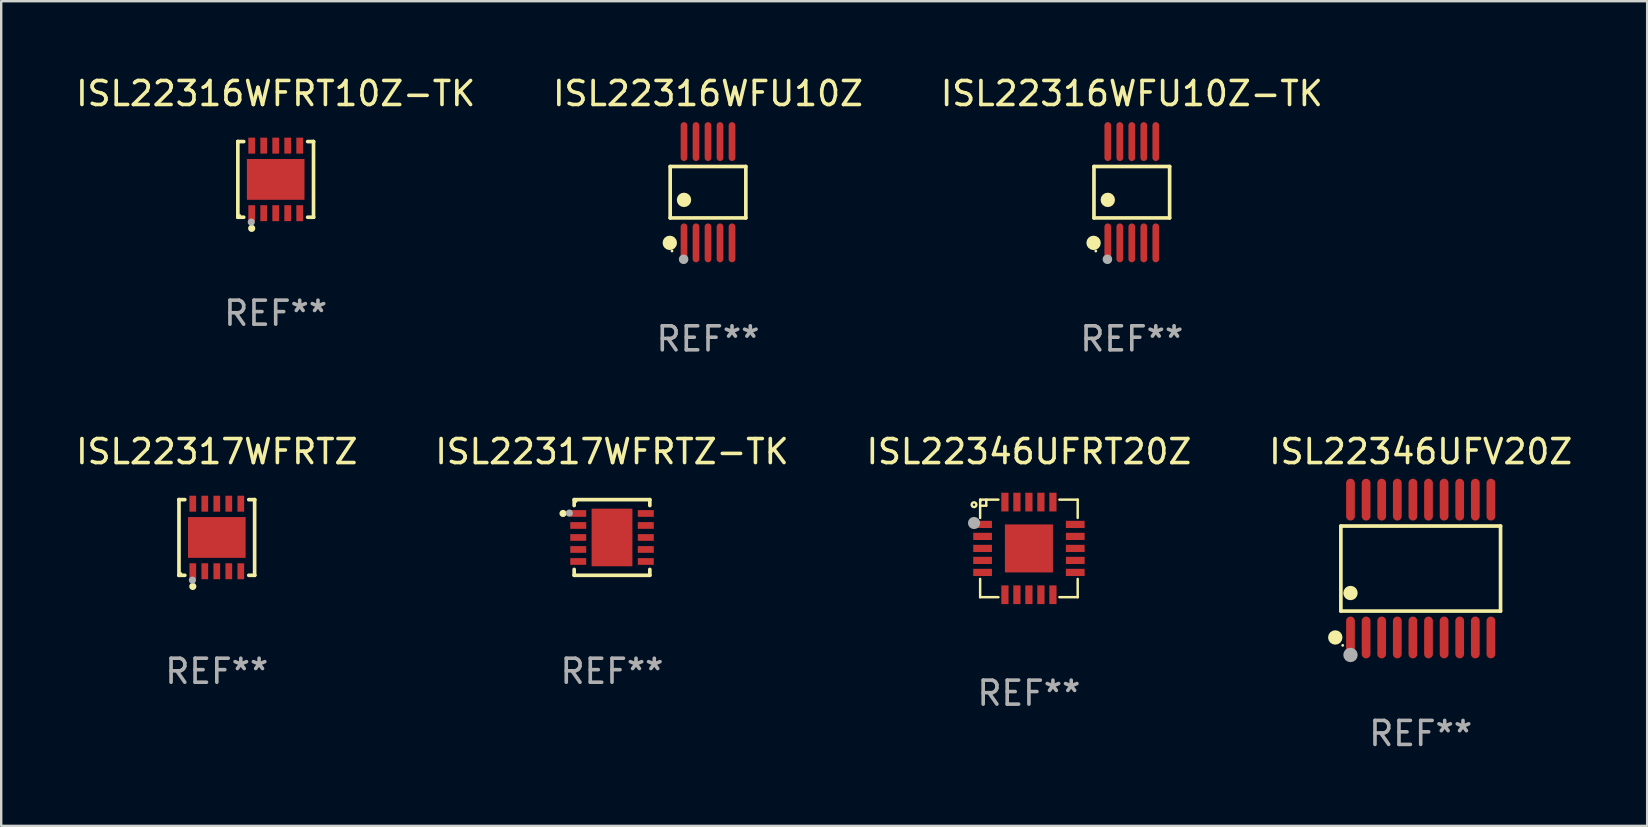
<source format=kicad_pcb>
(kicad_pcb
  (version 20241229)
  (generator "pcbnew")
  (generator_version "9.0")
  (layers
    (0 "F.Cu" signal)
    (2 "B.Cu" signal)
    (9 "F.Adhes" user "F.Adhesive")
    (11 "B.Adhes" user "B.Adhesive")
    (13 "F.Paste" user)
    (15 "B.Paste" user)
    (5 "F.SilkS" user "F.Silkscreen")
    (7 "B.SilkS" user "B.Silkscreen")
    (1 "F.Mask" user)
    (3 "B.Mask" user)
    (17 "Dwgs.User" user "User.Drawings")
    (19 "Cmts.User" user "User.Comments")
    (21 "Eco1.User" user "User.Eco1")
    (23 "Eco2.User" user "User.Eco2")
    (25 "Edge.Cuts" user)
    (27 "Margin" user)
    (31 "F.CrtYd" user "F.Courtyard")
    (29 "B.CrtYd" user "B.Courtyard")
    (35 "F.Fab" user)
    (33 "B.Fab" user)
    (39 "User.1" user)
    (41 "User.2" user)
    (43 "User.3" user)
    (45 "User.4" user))
  (footprint "ISL22346UFV20Z"
    (layer "F.Cu")
    (at 56.137 20.636)
    (property "Reference" "ISL22346UFV20Z" (at 0 -4.871 0) (layer "F.SilkS") (effects (font (size 1 1) (thickness 0.15))))
    (attr through_hole)
    (fp_line (start -3.326 -1.771) (end 3.326 -1.771) (stroke (width 0.152) (type solid)) (layer "F.SilkS"))
    (fp_line (start -3.326 1.771) (end -3.326 -1.771) (stroke (width 0.152) (type solid)) (layer "F.SilkS"))
    (fp_line (start 3.326 -1.771) (end 3.326 1.771) (stroke (width 0.152) (type solid)) (layer "F.SilkS"))
    (fp_line (start 3.326 1.771) (end -3.326 1.771) (stroke (width 0.152) (type solid)) (layer "F.SilkS"))
    (fp_circle (center -3.559 2.871) (end -3.409 2.871) (stroke (width 0.3) (type solid)) (fill no) (layer "F.SilkS"))
    (fp_circle (center -3.25 3.2) (end -3.22 3.2) (stroke (width 0.06) (type solid)) (fill no) (layer "F.SilkS"))
    (fp_circle (center -2.925 1.019) (end -2.775 1.019) (stroke (width 0.3) (type solid)) (fill no) (layer "F.SilkS"))
    (fp_circle (center -2.925 3.6) (end -2.775 3.6) (stroke (width 0.3) (type solid)) (fill no) (layer "F.Fab"))
    (fp_text user "REF**" (at 0 6.871 0) (layer "F.Fab") (effects (font (size 1 1) (thickness 0.15))))
    (pad "1" smd oval (at -2.925 2.871) (size 0.364 1.742) (layers "F.Cu" "F.Mask" "F.Paste"))
    (pad "2" smd oval (at -2.275 2.871) (size 0.364 1.742) (layers "F.Cu" "F.Mask" "F.Paste"))
    (pad "3" smd oval (at -1.625 2.871) (size 0.364 1.742) (layers "F.Cu" "F.Mask" "F.Paste"))
    (pad "4" smd oval (at -0.975 2.871) (size 0.364 1.742) (layers "F.Cu" "F.Mask" "F.Paste"))
    (pad "5" smd oval (at -0.325 2.871) (size 0.364 1.742) (layers "F.Cu" "F.Mask" "F.Paste"))
    (pad "6" smd oval (at 0.325 2.871) (size 0.364 1.742) (layers "F.Cu" "F.Mask" "F.Paste"))
    (pad "7" smd oval (at 0.975 2.871) (size 0.364 1.742) (layers "F.Cu" "F.Mask" "F.Paste"))
    (pad "8" smd oval (at 1.625 2.871) (size 0.364 1.742) (layers "F.Cu" "F.Mask" "F.Paste"))
    (pad "9" smd oval (at 2.275 2.871) (size 0.364 1.742) (layers "F.Cu" "F.Mask" "F.Paste"))
    (pad "10" smd oval (at 2.925 2.871) (size 0.364 1.742) (layers "F.Cu" "F.Mask" "F.Paste"))
    (pad "11" smd oval (at 2.925 -2.871) (size 0.364 1.742) (layers "F.Cu" "F.Mask" "F.Paste"))
    (pad "12" smd oval (at 2.275 -2.871) (size 0.364 1.742) (layers "F.Cu" "F.Mask" "F.Paste"))
    (pad "13" smd oval (at 1.625 -2.871) (size 0.364 1.742) (layers "F.Cu" "F.Mask" "F.Paste"))
    (pad "14" smd oval (at 0.975 -2.871) (size 0.364 1.742) (layers "F.Cu" "F.Mask" "F.Paste"))
    (pad "15" smd oval (at 0.325 -2.871) (size 0.364 1.742) (layers "F.Cu" "F.Mask" "F.Paste"))
    (pad "16" smd oval (at -0.325 -2.871) (size 0.364 1.742) (layers "F.Cu" "F.Mask" "F.Paste"))
    (pad "17" smd oval (at -0.975 -2.871) (size 0.364 1.742) (layers "F.Cu" "F.Mask" "F.Paste"))
    (pad "18" smd oval (at -1.625 -2.871) (size 0.364 1.742) (layers "F.Cu" "F.Mask" "F.Paste"))
    (pad "19" smd oval (at -2.275 -2.871) (size 0.364 1.742) (layers "F.Cu" "F.Mask" "F.Paste"))
    (pad "20" smd oval (at -2.925 -2.871) (size 0.364 1.742) (layers "F.Cu" "F.Mask" "F.Paste")))
  (footprint "ISL22317WFRTZ-TK"
    (layer "F.Cu")
    (at 22.446 19.341)
    (property "Reference" "ISL22317WFRTZ-TK" (at 0 -3.576 0) (layer "F.SilkS") (effects (font (size 1 1) (thickness 0.15))))
    (attr through_hole)
    (fp_line (start -1.576 -1.576) (end 1.576 -1.576) (stroke (width 0.152) (type solid)) (layer "F.SilkS"))
    (fp_line (start -1.576 -1.331) (end -1.576 -1.576) (stroke (width 0.152) (type solid)) (layer "F.SilkS"))
    (fp_line (start -1.576 1.331) (end -1.576 1.576) (stroke (width 0.152) (type solid)) (layer "F.SilkS"))
    (fp_line (start -1.576 1.576) (end 1.576 1.576) (stroke (width 0.152) (type solid)) (layer "F.SilkS"))
    (fp_line (start 1.576 -1.576) (end 1.576 -1.331) (stroke (width 0.152) (type solid)) (layer "F.SilkS"))
    (fp_line (start 1.576 1.576) (end 1.576 1.331) (stroke (width 0.152) (type solid)) (layer "F.SilkS"))
    (fp_circle (center -2.04 -1) (end -1.965 -1) (stroke (width 0.15) (type solid)) (fill no) (layer "F.SilkS"))
    (fp_circle (center -1.5 -1.5) (end -1.47 -1.5) (stroke (width 0.06) (type solid)) (fill no) (layer "F.SilkS"))
    (fp_circle (center -1.778 -1.016) (end -1.703 -1.016) (stroke (width 0.15) (type solid)) (fill no) (layer "F.Fab"))
    (fp_text user "REF**" (at 0 5.576 0) (layer "F.Fab") (effects (font (size 1 1) (thickness 0.15))))
    (pad "1" smd rect (at -1.407 -1 270) (size 0.28 0.665) (layers "F.Cu" "F.Mask" "F.Paste"))
    (pad "2" smd rect (at -1.407 -0.5 270) (size 0.28 0.665) (layers "F.Cu" "F.Mask" "F.Paste"))
    (pad "3" smd rect (at -1.407 0.000102 270) (size 0.28 0.665) (layers "F.Cu" "F.Mask" "F.Paste"))
    (pad "4" smd rect (at -1.407 0.5 270) (size 0.28 0.665) (layers "F.Cu" "F.Mask" "F.Paste"))
    (pad "5" smd rect (at -1.407 1 270) (size 0.28 0.665) (layers "F.Cu" "F.Mask" "F.Paste"))
    (pad "6" smd rect (at 1.408 1 270) (size 0.28 0.665) (layers "F.Cu" "F.Mask" "F.Paste"))
    (pad "7" smd rect (at 1.408 0.5 270) (size 0.28 0.665) (layers "F.Cu" "F.Mask" "F.Paste"))
    (pad "8" smd rect (at 1.408 0.000102 270) (size 0.28 0.665) (layers "F.Cu" "F.Mask" "F.Paste"))
    (pad "9" smd rect (at 1.408 -0.5 270) (size 0.28 0.665) (layers "F.Cu" "F.Mask" "F.Paste"))
    (pad "10" smd rect (at 1.408 -1 270) (size 0.28 0.665) (layers "F.Cu" "F.Mask" "F.Paste"))
    (pad "11" smd rect (at -0.000051 0.000102 270) (size 2.4 1.7) (layers "F.Cu" "F.Mask" "F.Paste")))
  (footprint "ISL22316WFU10Z-TK"
    (layer "F.Cu")
    (at 44.101 4.958)
    (property "Reference" "ISL22316WFU10Z-TK" (at 0 -4.11 0) (layer "F.SilkS") (effects (font (size 1 1) (thickness 0.15))))
    (attr through_hole)
    (fp_line (start -1.576 -1.071) (end 1.576 -1.071) (stroke (width 0.152) (type solid)) (layer "F.SilkS"))
    (fp_line (start -1.576 1.071) (end -1.576 -1.071) (stroke (width 0.152) (type solid)) (layer "F.SilkS"))
    (fp_line (start 1.576 -1.071) (end 1.576 1.071) (stroke (width 0.152) (type solid)) (layer "F.SilkS"))
    (fp_line (start 1.576 1.071) (end -1.576 1.071) (stroke (width 0.152) (type solid)) (layer "F.SilkS"))
    (fp_circle (center -1.592 2.11) (end -1.442 2.11) (stroke (width 0.3) (type solid)) (fill no) (layer "F.SilkS"))
    (fp_circle (center -1.5 2.45) (end -1.47 2.45) (stroke (width 0.06) (type solid)) (fill no) (layer "F.SilkS"))
    (fp_circle (center -1 0.319) (end -0.85 0.319) (stroke (width 0.3) (type solid)) (fill no) (layer "F.SilkS"))
    (fp_circle (center -1.016 2.794) (end -0.916 2.794) (stroke (width 0.2) (type solid)) (fill no) (layer "F.Fab"))
    (fp_text user "REF**" (at 0 6.11 0) (layer "F.Fab") (effects (font (size 1 1) (thickness 0.15))))
    (pad "1" smd oval (at -1 2.11) (size 0.28 1.62) (layers "F.Cu" "F.Mask" "F.Paste"))
    (pad "2" smd oval (at -0.5 2.11) (size 0.28 1.62) (layers "F.Cu" "F.Mask" "F.Paste"))
    (pad "3" smd oval (at 0 2.11) (size 0.28 1.62) (layers "F.Cu" "F.Mask" "F.Paste"))
    (pad "4" smd oval (at 0.5 2.11) (size 0.28 1.62) (layers "F.Cu" "F.Mask" "F.Paste"))
    (pad "5" smd oval (at 1 2.11) (size 0.28 1.62) (layers "F.Cu" "F.Mask" "F.Paste"))
    (pad "6" smd oval (at 1 -2.11) (size 0.28 1.62) (layers "F.Cu" "F.Mask" "F.Paste"))
    (pad "7" smd oval (at 0.5 -2.11) (size 0.28 1.62) (layers "F.Cu" "F.Mask" "F.Paste"))
    (pad "8" smd oval (at 0 -2.11) (size 0.28 1.62) (layers "F.Cu" "F.Mask" "F.Paste"))
    (pad "9" smd oval (at -0.5 -2.11) (size 0.28 1.62) (layers "F.Cu" "F.Mask" "F.Paste"))
    (pad "10" smd oval (at -1 -2.11) (size 0.28 1.62) (layers "F.Cu" "F.Mask" "F.Paste")))
  (footprint "ISL22346UFRT20Z"
    (layer "F.Cu")
    (at 39.815 19.797)
    (property "Reference" "ISL22346UFRT20Z" (at 0 -4.032 0) (layer "F.SilkS") (effects (font (size 1 1) (thickness 0.15))))
    (attr through_hole)
    (fp_line (start -2.032 -2.032) (end -1.27 -2.032) (stroke (width 0.102) (type solid)) (layer "F.SilkS"))
    (fp_line (start -2.032 -1.27) (end -2.032 -2.032) (stroke (width 0.102) (type solid)) (layer "F.SilkS"))
    (fp_line (start -2.032 1.27) (end -2.032 2.032) (stroke (width 0.102) (type solid)) (layer "F.SilkS"))
    (fp_line (start -2.032 2.032) (end -1.27 2.032) (stroke (width 0.102) (type solid)) (layer "F.SilkS"))
    (fp_line (start -1.778 -2.032) (end -1.778 -1.778) (stroke (width 0.102) (type solid)) (layer "F.SilkS"))
    (fp_line (start -1.778 -1.778) (end -2.032 -1.778) (stroke (width 0.102) (type solid)) (layer "F.SilkS"))
    (fp_line (start 1.27 -2.032) (end 2.032 -2.032) (stroke (width 0.102) (type solid)) (layer "F.SilkS"))
    (fp_line (start 2.032 -2.032) (end 2.032 -1.27) (stroke (width 0.102) (type solid)) (layer "F.SilkS"))
    (fp_line (start 2.032 1.27) (end 2.032 2.032) (stroke (width 0.102) (type solid)) (layer "F.SilkS"))
    (fp_line (start 2.032 2.032) (end 1.27 2.032) (stroke (width 0.102) (type solid)) (layer "F.SilkS"))
    (fp_circle (center -2.286 -1.821) (end -2.187 -1.821) (stroke (width 0.1) (type solid)) (fill no) (layer "F.SilkS"))
    (fp_circle (center -2 -2) (end -1.97 -2) (stroke (width 0.06) (type solid)) (fill no) (layer "F.SilkS"))
    (fp_circle (center -2.286 -1.059) (end -2.159 -1.059) (stroke (width 0.254) (type solid)) (fill no) (layer "F.Fab"))
    (fp_text user "REF**" (at 0 6.032 0) (layer "F.Fab") (effects (font (size 1 1) (thickness 0.15))))
    (pad "1" smd rect (at -1.93 -1) (size 0.78 0.3) (layers "F.Cu" "F.Mask" "F.Paste"))
    (pad "2" smd rect (at -1.93 -0.5) (size 0.78 0.3) (layers "F.Cu" "F.Mask" "F.Paste"))
    (pad "3" smd rect (at -1.93 0.000279) (size 0.78 0.3) (layers "F.Cu" "F.Mask" "F.Paste"))
    (pad "4" smd rect (at -1.93 0.5) (size 0.78 0.3) (layers "F.Cu" "F.Mask" "F.Paste"))
    (pad "5" smd rect (at -1.93 1) (size 0.78 0.3) (layers "F.Cu" "F.Mask" "F.Paste"))
    (pad "6" smd rect (at -1 1.93) (size 0.3 0.78) (layers "F.Cu" "F.Mask" "F.Paste"))
    (pad "7" smd rect (at -0.5 1.93) (size 0.3 0.78) (layers "F.Cu" "F.Mask" "F.Paste"))
    (pad "8" smd rect (at -0.000076 1.93) (size 0.3 0.78) (layers "F.Cu" "F.Mask" "F.Paste"))
    (pad "9" smd rect (at 0.5 1.93) (size 0.3 0.78) (layers "F.Cu" "F.Mask" "F.Paste"))
    (pad "10" smd rect (at 1 1.93) (size 0.3 0.78) (layers "F.Cu" "F.Mask" "F.Paste"))
    (pad "11" smd rect (at 1.93 1) (size 0.78 0.3) (layers "F.Cu" "F.Mask" "F.Paste"))
    (pad "12" smd rect (at 1.93 0.5) (size 0.78 0.3) (layers "F.Cu" "F.Mask" "F.Paste"))
    (pad "13" smd rect (at 1.93 0.000025) (size 0.78 0.3) (layers "F.Cu" "F.Mask" "F.Paste"))
    (pad "14" smd rect (at 1.93 -0.5) (size 0.78 0.3) (layers "F.Cu" "F.Mask" "F.Paste"))
    (pad "15" smd rect (at 1.93 -1) (size 0.78 0.3) (layers "F.Cu" "F.Mask" "F.Paste"))
    (pad "16" smd rect (at 1 -1.93) (size 0.3 0.78) (layers "F.Cu" "F.Mask" "F.Paste"))
    (pad "17" smd rect (at 0.5 -1.93) (size 0.3 0.78) (layers "F.Cu" "F.Mask" "F.Paste"))
    (pad "18" smd rect (at -0.000076 -1.93) (size 0.3 0.78) (layers "F.Cu" "F.Mask" "F.Paste"))
    (pad "19" smd rect (at -0.5 -1.93) (size 0.3 0.78) (layers "F.Cu" "F.Mask" "F.Paste"))
    (pad "20" smd rect (at -1 -1.93) (size 0.3 0.78) (layers "F.Cu" "F.Mask" "F.Paste"))
    (pad "21" smd rect (at -0.000076 0.000025) (size 2 2) (layers "F.Cu" "F.Mask" "F.Paste")))
  (footprint "ISL22316WFU10Z"
    (layer "F.Cu")
    (at 26.446 4.958)
    (property "Reference" "ISL22316WFU10Z" (at 0 -4.11 0) (layer "F.SilkS") (effects (font (size 1 1) (thickness 0.15))))
    (attr through_hole)
    (fp_line (start -1.576 -1.071) (end 1.576 -1.071) (stroke (width 0.152) (type solid)) (layer "F.SilkS"))
    (fp_line (start -1.576 1.071) (end -1.576 -1.071) (stroke (width 0.152) (type solid)) (layer "F.SilkS"))
    (fp_line (start 1.576 -1.071) (end 1.576 1.071) (stroke (width 0.152) (type solid)) (layer "F.SilkS"))
    (fp_line (start 1.576 1.071) (end -1.576 1.071) (stroke (width 0.152) (type solid)) (layer "F.SilkS"))
    (fp_circle (center -1.592 2.11) (end -1.442 2.11) (stroke (width 0.3) (type solid)) (fill no) (layer "F.SilkS"))
    (fp_circle (center -1.5 2.45) (end -1.47 2.45) (stroke (width 0.06) (type solid)) (fill no) (layer "F.SilkS"))
    (fp_circle (center -1 0.319) (end -0.85 0.319) (stroke (width 0.3) (type solid)) (fill no) (layer "F.SilkS"))
    (fp_circle (center -1.016 2.794) (end -0.916 2.794) (stroke (width 0.2) (type solid)) (fill no) (layer "F.Fab"))
    (fp_text user "REF**" (at 0 6.11 0) (layer "F.Fab") (effects (font (size 1 1) (thickness 0.15))))
    (pad "1" smd oval (at -1 2.11) (size 0.28 1.62) (layers "F.Cu" "F.Mask" "F.Paste"))
    (pad "2" smd oval (at -0.5 2.11) (size 0.28 1.62) (layers "F.Cu" "F.Mask" "F.Paste"))
    (pad "3" smd oval (at 0 2.11) (size 0.28 1.62) (layers "F.Cu" "F.Mask" "F.Paste"))
    (pad "4" smd oval (at 0.5 2.11) (size 0.28 1.62) (layers "F.Cu" "F.Mask" "F.Paste"))
    (pad "5" smd oval (at 1 2.11) (size 0.28 1.62) (layers "F.Cu" "F.Mask" "F.Paste"))
    (pad "6" smd oval (at 1 -2.11) (size 0.28 1.62) (layers "F.Cu" "F.Mask" "F.Paste"))
    (pad "7" smd oval (at 0.5 -2.11) (size 0.28 1.62) (layers "F.Cu" "F.Mask" "F.Paste"))
    (pad "8" smd oval (at 0 -2.11) (size 0.28 1.62) (layers "F.Cu" "F.Mask" "F.Paste"))
    (pad "9" smd oval (at -0.5 -2.11) (size 0.28 1.62) (layers "F.Cu" "F.Mask" "F.Paste"))
    (pad "10" smd oval (at -1 -2.11) (size 0.28 1.62) (layers "F.Cu" "F.Mask" "F.Paste")))
  (footprint "ISL22317WFRTZ"
    (layer "F.Cu")
    (at 5.982 19.341)
    (property "Reference" "ISL22317WFRTZ" (at 0 -3.576 0) (layer "F.SilkS") (effects (font (size 1 1) (thickness 0.15))))
    (attr through_hole)
    (fp_line (start -1.576 -1.576) (end -1.576 -1.576) (stroke (width 0.152) (type solid)) (layer "F.SilkS"))
    (fp_line (start -1.576 -1.576) (end -1.331 -1.576) (stroke (width 0.152) (type solid)) (layer "F.SilkS"))
    (fp_line (start -1.576 1.576) (end -1.576 -1.576) (stroke (width 0.152) (type solid)) (layer "F.SilkS"))
    (fp_line (start -1.576 1.576) (end -1.576 1.576) (stroke (width 0.152) (type solid)) (layer "F.SilkS"))
    (fp_line (start -1.331 1.576) (end -1.576 1.576) (stroke (width 0.152) (type solid)) (layer "F.SilkS"))
    (fp_line (start 1.331 1.576) (end 1.576 1.576) (stroke (width 0.152) (type solid)) (layer "F.SilkS"))
    (fp_line (start 1.576 -1.576) (end 1.331 -1.576) (stroke (width 0.152) (type solid)) (layer "F.SilkS"))
    (fp_line (start 1.576 -1.576) (end 1.576 -1.576) (stroke (width 0.152) (type solid)) (layer "F.SilkS"))
    (fp_line (start 1.576 1.576) (end 1.576 -1.576) (stroke (width 0.152) (type solid)) (layer "F.SilkS"))
    (fp_line (start 1.576 1.576) (end 1.576 1.576) (stroke (width 0.152) (type solid)) (layer "F.SilkS"))
    (fp_circle (center -1.5 1.5) (end -1.47 1.5) (stroke (width 0.06) (type solid)) (fill no) (layer "F.SilkS"))
    (fp_circle (center -1 2.04) (end -0.925 2.04) (stroke (width 0.15) (type solid)) (fill no) (layer "F.SilkS"))
    (fp_circle (center -1.016 1.778) (end -0.941 1.778) (stroke (width 0.15) (type solid)) (fill no) (layer "F.Fab"))
    (fp_text user "REF**" (at 0 5.576 0) (layer "F.Fab") (effects (font (size 1 1) (thickness 0.15))))
    (pad "1" smd rect (at -1 1.407) (size 0.28 0.665) (layers "F.Cu" "F.Mask" "F.Paste"))
    (pad "2" smd rect (at -0.5 1.407) (size 0.28 0.665) (layers "F.Cu" "F.Mask" "F.Paste"))
    (pad "3" smd rect (at 0 1.407) (size 0.28 0.665) (layers "F.Cu" "F.Mask" "F.Paste"))
    (pad "4" smd rect (at 0.5 1.407) (size 0.28 0.665) (layers "F.Cu" "F.Mask" "F.Paste"))
    (pad "5" smd rect (at 1 1.407) (size 0.28 0.665) (layers "F.Cu" "F.Mask" "F.Paste"))
    (pad "6" smd rect (at 1 -1.407) (size 0.28 0.665) (layers "F.Cu" "F.Mask" "F.Paste"))
    (pad "7" smd rect (at 0.5 -1.407) (size 0.28 0.665) (layers "F.Cu" "F.Mask" "F.Paste"))
    (pad "8" smd rect (at 0 -1.407) (size 0.28 0.665) (layers "F.Cu" "F.Mask" "F.Paste"))
    (pad "9" smd rect (at -0.5 -1.407) (size 0.28 0.665) (layers "F.Cu" "F.Mask" "F.Paste"))
    (pad "10" smd rect (at -1 -1.407) (size 0.28 0.665) (layers "F.Cu" "F.Mask" "F.Paste"))
    (pad "11" smd rect (at 0 0) (size 2.4 1.7) (layers "F.Cu" "F.Mask" "F.Paste")))
  (footprint "ISL22316WFRT10Z-TK"
    (layer "F.Cu")
    (at 8.435 4.424)
    (property "Reference" "ISL22316WFRT10Z-TK" (at 0 -3.576 0) (layer "F.SilkS") (effects (font (size 1 1) (thickness 0.15))))
    (attr through_hole)
    (fp_line (start -1.576 -1.576) (end -1.576 -1.576) (stroke (width 0.152) (type solid)) (layer "F.SilkS"))
    (fp_line (start -1.576 -1.576) (end -1.331 -1.576) (stroke (width 0.152) (type solid)) (layer "F.SilkS"))
    (fp_line (start -1.576 1.576) (end -1.576 -1.576) (stroke (width 0.152) (type solid)) (layer "F.SilkS"))
    (fp_line (start -1.576 1.576) (end -1.576 1.576) (stroke (width 0.152) (type solid)) (layer "F.SilkS"))
    (fp_line (start -1.331 1.576) (end -1.576 1.576) (stroke (width 0.152) (type solid)) (layer "F.SilkS"))
    (fp_line (start 1.331 1.576) (end 1.576 1.576) (stroke (width 0.152) (type solid)) (layer "F.SilkS"))
    (fp_line (start 1.576 -1.576) (end 1.331 -1.576) (stroke (width 0.152) (type solid)) (layer "F.SilkS"))
    (fp_line (start 1.576 -1.576) (end 1.576 -1.576) (stroke (width 0.152) (type solid)) (layer "F.SilkS"))
    (fp_line (start 1.576 1.576) (end 1.576 -1.576) (stroke (width 0.152) (type solid)) (layer "F.SilkS"))
    (fp_line (start 1.576 1.576) (end 1.576 1.576) (stroke (width 0.152) (type solid)) (layer "F.SilkS"))
    (fp_circle (center -1.5 1.5) (end -1.47 1.5) (stroke (width 0.06) (type solid)) (fill no) (layer "F.SilkS"))
    (fp_circle (center -1 2.04) (end -0.925 2.04) (stroke (width 0.15) (type solid)) (fill no) (layer "F.SilkS"))
    (fp_circle (center -1.016 1.778) (end -0.941 1.778) (stroke (width 0.15) (type solid)) (fill no) (layer "F.Fab"))
    (fp_text user "REF**" (at 0 5.576 0) (layer "F.Fab") (effects (font (size 1 1) (thickness 0.15))))
    (pad "1" smd rect (at -1 1.407) (size 0.28 0.665) (layers "F.Cu" "F.Mask" "F.Paste"))
    (pad "2" smd rect (at -0.5 1.407) (size 0.28 0.665) (layers "F.Cu" "F.Mask" "F.Paste"))
    (pad "3" smd rect (at 0 1.407) (size 0.28 0.665) (layers "F.Cu" "F.Mask" "F.Paste"))
    (pad "4" smd rect (at 0.5 1.407) (size 0.28 0.665) (layers "F.Cu" "F.Mask" "F.Paste"))
    (pad "5" smd rect (at 1 1.407) (size 0.28 0.665) (layers "F.Cu" "F.Mask" "F.Paste"))
    (pad "6" smd rect (at 1 -1.407) (size 0.28 0.665) (layers "F.Cu" "F.Mask" "F.Paste"))
    (pad "7" smd rect (at 0.5 -1.407) (size 0.28 0.665) (layers "F.Cu" "F.Mask" "F.Paste"))
    (pad "8" smd rect (at 0 -1.407) (size 0.28 0.665) (layers "F.Cu" "F.Mask" "F.Paste"))
    (pad "9" smd rect (at -0.5 -1.407) (size 0.28 0.665) (layers "F.Cu" "F.Mask" "F.Paste"))
    (pad "10" smd rect (at -1 -1.407) (size 0.28 0.665) (layers "F.Cu" "F.Mask" "F.Paste"))
    (pad "11" smd rect (at 0 0) (size 2.4 1.7) (layers "F.Cu" "F.Mask" "F.Paste")))
  (gr_rect
    (start -3 -3)
    (end 65.571 31.355)
    (stroke (width 0.1) (type default))
    (fill no)
    (layer "Edge.Cuts")))
</source>
